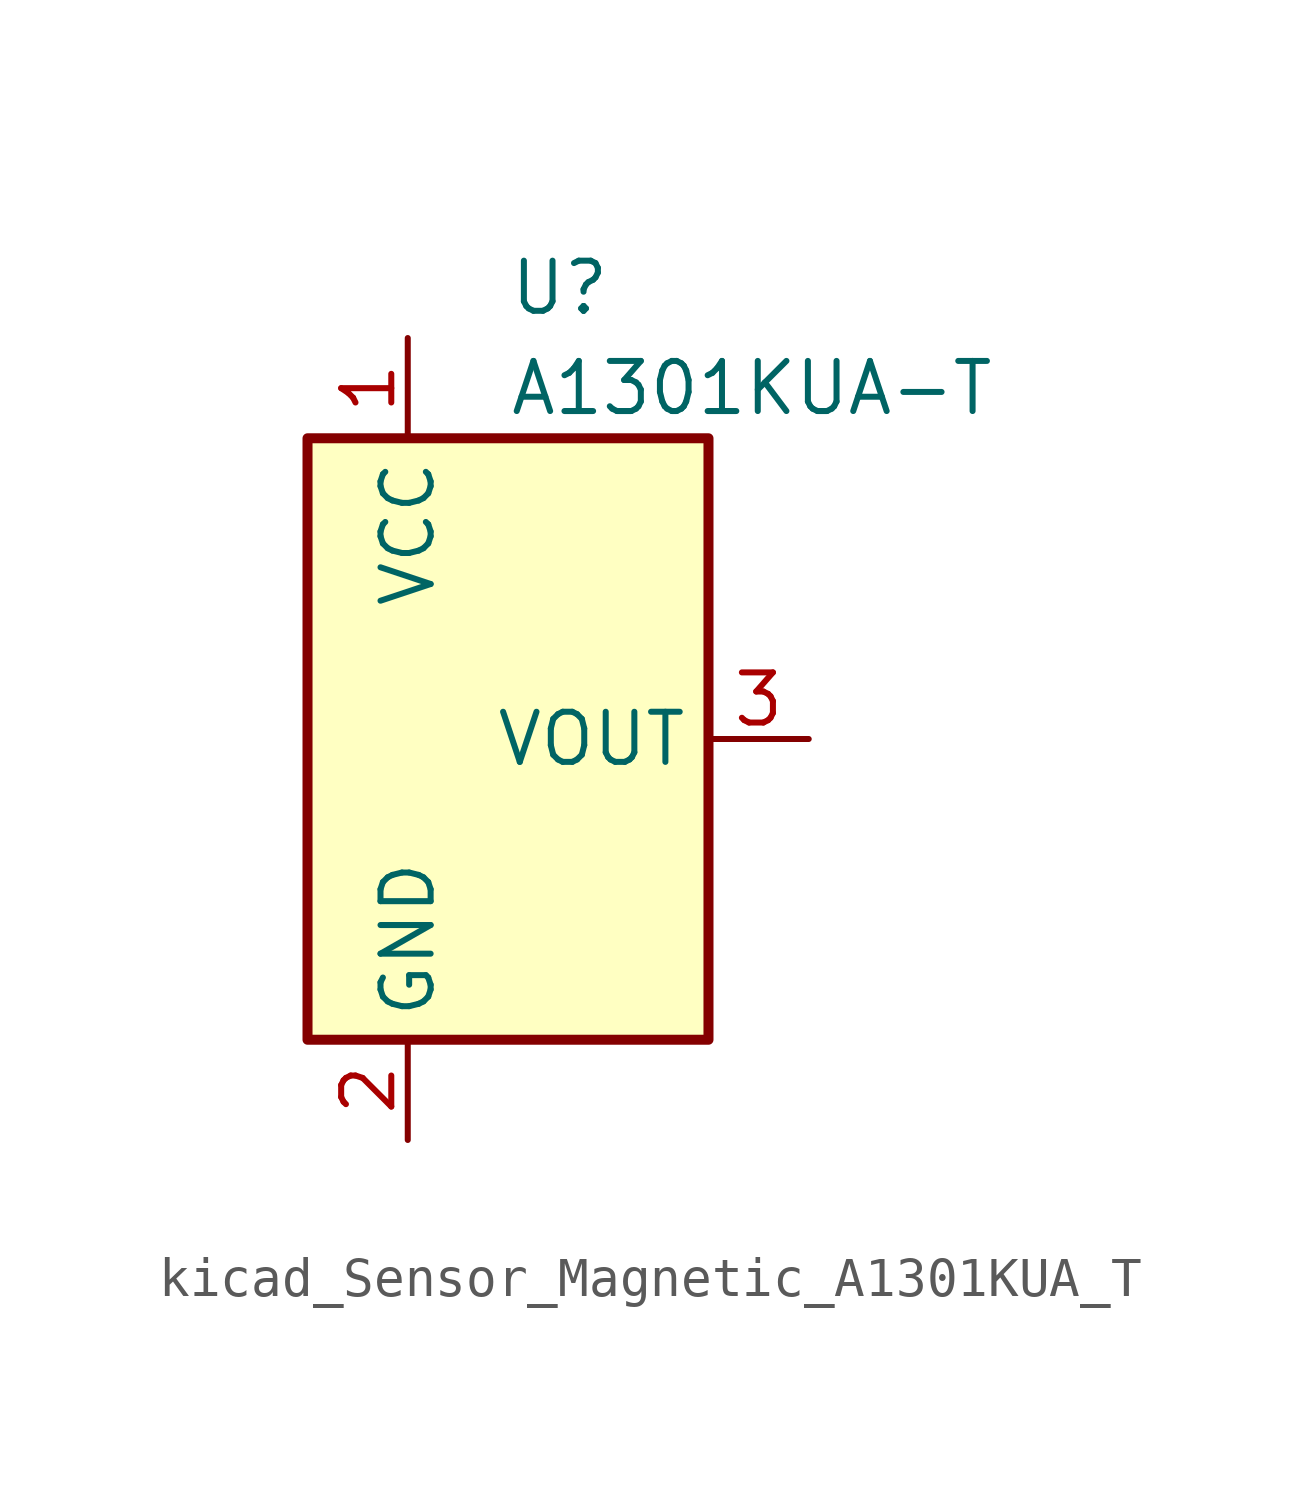
<source format=kicad_sym>
(kicad_symbol_lib
  (version 20220914)
  (generator kicad_symbol_editor)
  (symbol "kicad_Sensor_Magnetic_A1301KUA_T"
    (property "Reference" "U"
      (at 0 11.43 0)
      (effects (font (size 1.27 1.27)) (justify left)))
    (property "Value" "A1301KUA-T"
      (at 0 8.89 0)
      (effects (font (size 1.27 1.27)) (justify left)))
    (symbol "kicad_Sensor_Magnetic_A1301KUA_T_0_1"
      (rectangle (start -5.08 7.62) (end 5.08 -7.62) (stroke (width 0.254) (type default)) (fill (type background))))
    (symbol "kicad_Sensor_Magnetic_A1301KUA_T_1_1"
      (pin power_in line (at -2.54 10.16 270) (length 2.54) (name "VCC" (effects (font (size 1.27 1.27)))) (number "1" (effects (font (size 1.27 1.27)))))
      (pin power_in line (at -2.54 -10.16 90) (length 2.54) (name "GND" (effects (font (size 1.27 1.27)))) (number "2" (effects (font (size 1.27 1.27)))))
      (pin output line (at 7.62 0 180) (length 2.54) (name "VOUT" (effects (font (size 1.27 1.27)))) (number "3" (effects (font (size 1.27 1.27))))))))
</source>
